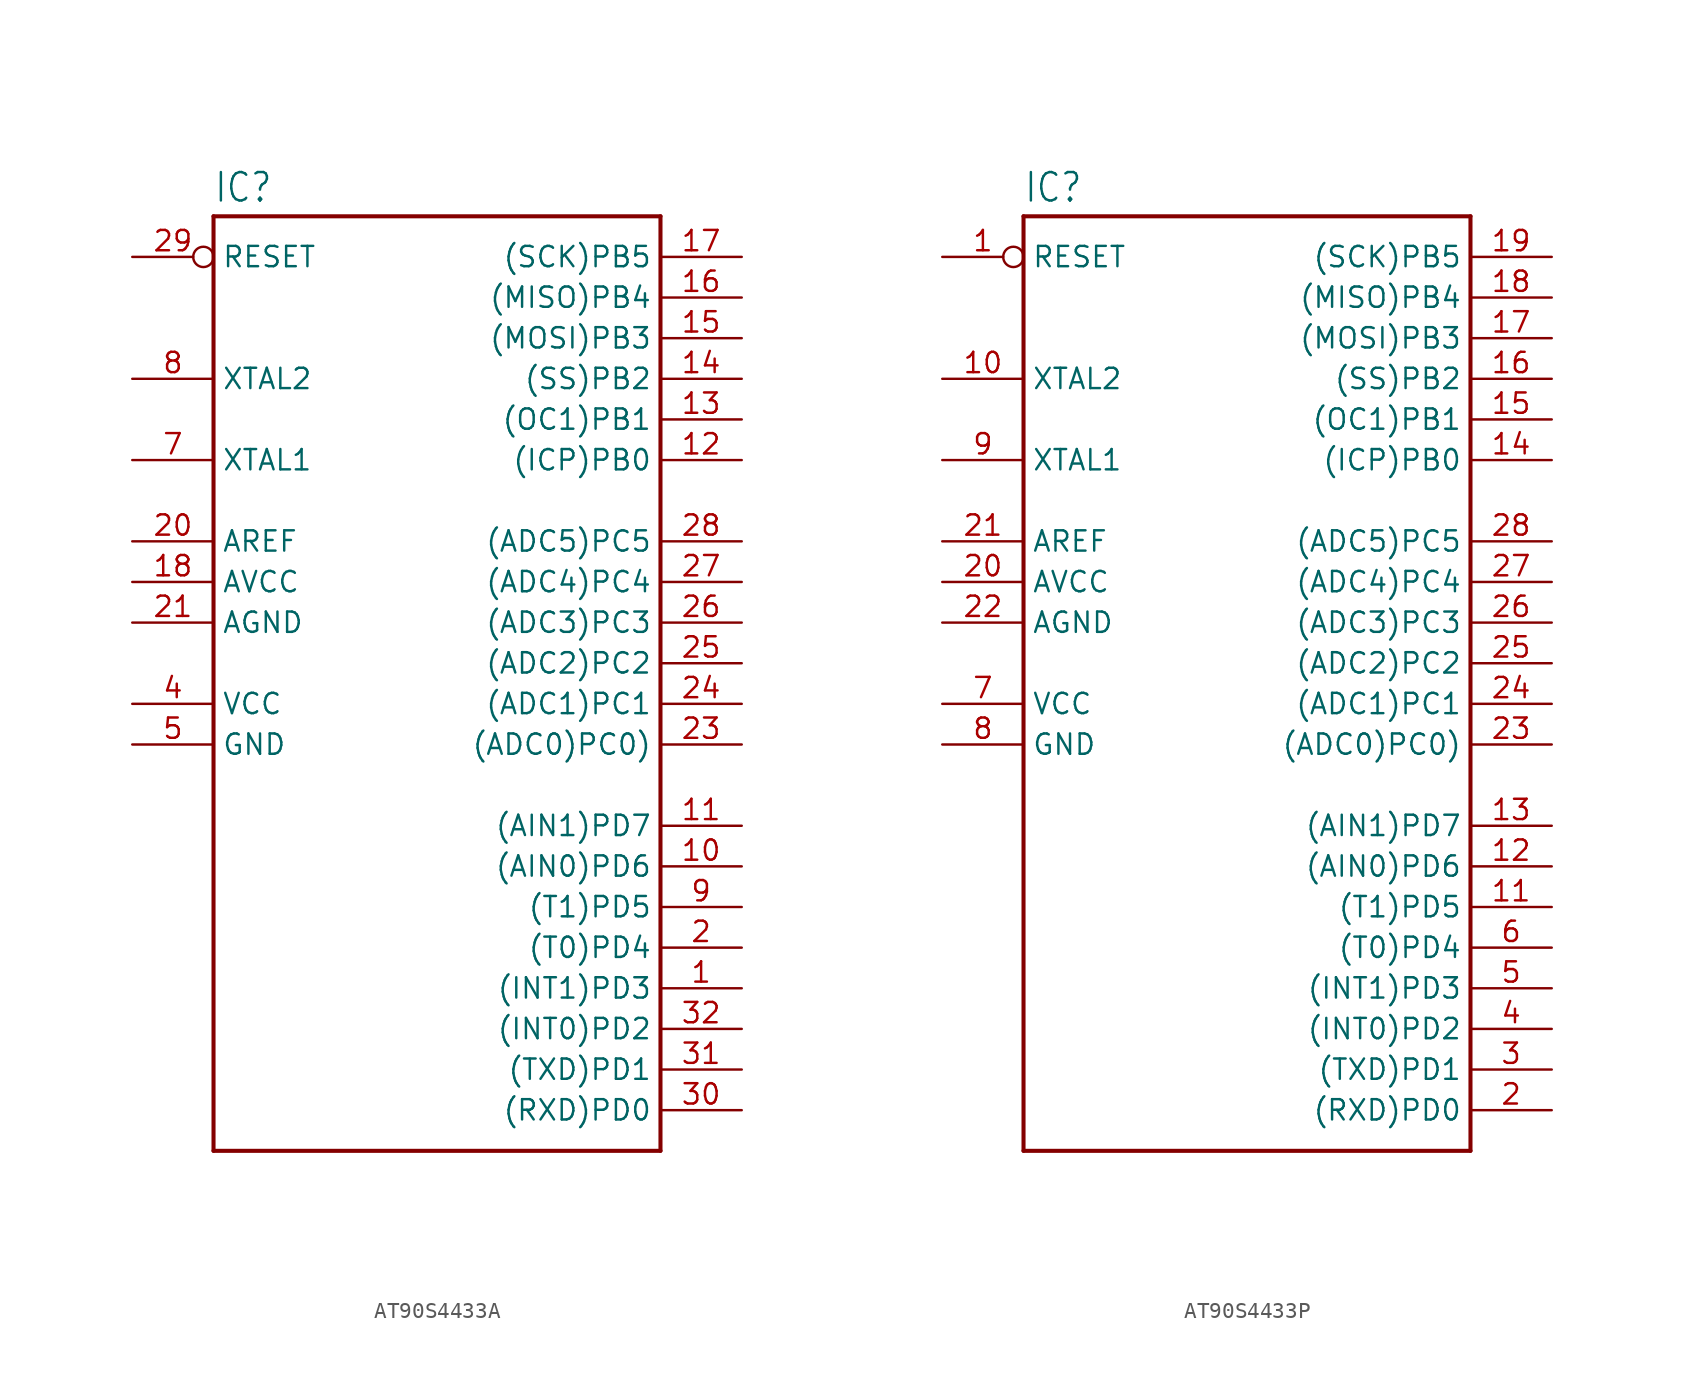
<source format=kicad_sym>
(kicad_symbol_lib
  (version 20220914)
  (generator kicad_symbol_editor)
  (symbol "AT90S4433A"
    (property "Reference" "IC"
      (at -15.24 28.702 0)
      (effects (font (size 1.778 1.511)) (justify left bottom)))
    (property "Value" ""
      (at -15.24 -33.02 0)
      (effects (font (size 1.778 1.511)) (justify left bottom)))
    (property "ki_locked" ""
      (at 0 0 0)
      (effects (font (size 1.27 1.27))))
    (symbol "AT90S4433A_1_0"
      (polyline (pts (xy -15.24 -30.48) (xy -15.24 27.94)) (stroke (width 0.254) (type solid)) (fill (type none)))
      (polyline (pts (xy -15.24 27.94) (xy 12.7 27.94)) (stroke (width 0.254) (type solid)) (fill (type none)))
      (polyline (pts (xy 12.7 -30.48) (xy -15.24 -30.48)) (stroke (width 0.254) (type solid)) (fill (type none)))
      (polyline (pts (xy 12.7 27.94) (xy 12.7 -30.48)) (stroke (width 0.254) (type solid)) (fill (type none)))
      (pin bidirectional line (at 17.78 -20.32 180) (length 5.08) (name "(INT1)PD3" (effects (font (size 1.27 1.27)))) (number "1" (effects (font (size 1.27 1.27)))))
      (pin bidirectional line (at 17.78 -12.7 180) (length 5.08) (name "(AIN0)PD6" (effects (font (size 1.27 1.27)))) (number "10" (effects (font (size 1.27 1.27)))))
      (pin bidirectional line (at 17.78 -10.16 180) (length 5.08) (name "(AIN1)PD7" (effects (font (size 1.27 1.27)))) (number "11" (effects (font (size 1.27 1.27)))))
      (pin bidirectional line (at 17.78 12.7 180) (length 5.08) (name "(ICP)PB0" (effects (font (size 1.27 1.27)))) (number "12" (effects (font (size 1.27 1.27)))))
      (pin bidirectional line (at 17.78 15.24 180) (length 5.08) (name "(OC1)PB1" (effects (font (size 1.27 1.27)))) (number "13" (effects (font (size 1.27 1.27)))))
      (pin bidirectional line (at 17.78 17.78 180) (length 5.08) (name "(SS)PB2" (effects (font (size 1.27 1.27)))) (number "14" (effects (font (size 1.27 1.27)))))
      (pin bidirectional line (at 17.78 20.32 180) (length 5.08) (name "(MOSI)PB3" (effects (font (size 1.27 1.27)))) (number "15" (effects (font (size 1.27 1.27)))))
      (pin bidirectional line (at 17.78 22.86 180) (length 5.08) (name "(MISO)PB4" (effects (font (size 1.27 1.27)))) (number "16" (effects (font (size 1.27 1.27)))))
      (pin bidirectional line (at 17.78 25.4 180) (length 5.08) (name "(SCK)PB5" (effects (font (size 1.27 1.27)))) (number "17" (effects (font (size 1.27 1.27)))))
      (pin power_in line (at -20.32 5.08 0) (length 5.08) (name "AVCC" (effects (font (size 1.27 1.27)))) (number "18" (effects (font (size 1.27 1.27)))))
      (pin bidirectional line (at 17.78 -17.78 180) (length 5.08) (name "(T0)PD4" (effects (font (size 1.27 1.27)))) (number "2" (effects (font (size 1.27 1.27)))))
      (pin power_in line (at -20.32 7.62 0) (length 5.08) (name "AREF" (effects (font (size 1.27 1.27)))) (number "20" (effects (font (size 1.27 1.27)))))
      (pin power_in line (at -20.32 2.54 0) (length 5.08) (name "AGND" (effects (font (size 1.27 1.27)))) (number "21" (effects (font (size 1.27 1.27)))))
      (pin bidirectional line (at 17.78 -5.08 180) (length 5.08) (name "(ADC0)PC0)" (effects (font (size 1.27 1.27)))) (number "23" (effects (font (size 1.27 1.27)))))
      (pin bidirectional line (at 17.78 -2.54 180) (length 5.08) (name "(ADC1)PC1" (effects (font (size 1.27 1.27)))) (number "24" (effects (font (size 1.27 1.27)))))
      (pin bidirectional line (at 17.78 0 180) (length 5.08) (name "(ADC2)PC2" (effects (font (size 1.27 1.27)))) (number "25" (effects (font (size 1.27 1.27)))))
      (pin bidirectional line (at 17.78 2.54 180) (length 5.08) (name "(ADC3)PC3" (effects (font (size 1.27 1.27)))) (number "26" (effects (font (size 1.27 1.27)))))
      (pin bidirectional line (at 17.78 5.08 180) (length 5.08) (name "(ADC4)PC4" (effects (font (size 1.27 1.27)))) (number "27" (effects (font (size 1.27 1.27)))))
      (pin bidirectional line (at 17.78 7.62 180) (length 5.08) (name "(ADC5)PC5" (effects (font (size 1.27 1.27)))) (number "28" (effects (font (size 1.27 1.27)))))
      (pin input inverted (at -20.32 25.4 0) (length 5.08) (name "RESET" (effects (font (size 1.27 1.27)))) (number "29" (effects (font (size 1.27 1.27)))))
      (pin bidirectional line (at 17.78 -27.94 180) (length 5.08) (name "(RXD)PD0" (effects (font (size 1.27 1.27)))) (number "30" (effects (font (size 1.27 1.27)))))
      (pin bidirectional line (at 17.78 -25.4 180) (length 5.08) (name "(TXD)PD1" (effects (font (size 1.27 1.27)))) (number "31" (effects (font (size 1.27 1.27)))))
      (pin bidirectional line (at 17.78 -22.86 180) (length 5.08) (name "(INT0)PD2" (effects (font (size 1.27 1.27)))) (number "32" (effects (font (size 1.27 1.27)))))
      (pin power_in line (at -20.32 -2.54 0) (length 5.08) (name "VCC" (effects (font (size 1.27 1.27)))) (number "4" (effects (font (size 1.27 1.27)))))
      (pin power_in line (at -20.32 -5.08 0) (length 5.08) (name "GND" (effects (font (size 1.27 1.27)))) (number "5" (effects (font (size 1.27 1.27)))))
      (pin bidirectional line (at -20.32 12.7 0) (length 5.08) (name "XTAL1" (effects (font (size 1.27 1.27)))) (number "7" (effects (font (size 1.27 1.27)))))
      (pin bidirectional line (at -20.32 17.78 0) (length 5.08) (name "XTAL2" (effects (font (size 1.27 1.27)))) (number "8" (effects (font (size 1.27 1.27)))))
      (pin bidirectional line (at 17.78 -15.24 180) (length 5.08) (name "(T1)PD5" (effects (font (size 1.27 1.27)))) (number "9" (effects (font (size 1.27 1.27)))))))
  (symbol "AT90S4433P"
    (property "Reference" "IC"
      (at -15.24 28.702 0)
      (effects (font (size 1.778 1.511)) (justify left bottom)))
    (property "Value" ""
      (at -15.24 -33.02 0)
      (effects (font (size 1.778 1.511)) (justify left bottom)))
    (property "ki_locked" ""
      (at 0 0 0)
      (effects (font (size 1.27 1.27))))
    (symbol "AT90S4433P_1_0"
      (polyline (pts (xy -15.24 -30.48) (xy -15.24 27.94)) (stroke (width 0.254) (type solid)) (fill (type none)))
      (polyline (pts (xy -15.24 27.94) (xy 12.7 27.94)) (stroke (width 0.254) (type solid)) (fill (type none)))
      (polyline (pts (xy 12.7 -30.48) (xy -15.24 -30.48)) (stroke (width 0.254) (type solid)) (fill (type none)))
      (polyline (pts (xy 12.7 27.94) (xy 12.7 -30.48)) (stroke (width 0.254) (type solid)) (fill (type none)))
      (pin input inverted (at -20.32 25.4 0) (length 5.08) (name "RESET" (effects (font (size 1.27 1.27)))) (number "1" (effects (font (size 1.27 1.27)))))
      (pin bidirectional line (at -20.32 17.78 0) (length 5.08) (name "XTAL2" (effects (font (size 1.27 1.27)))) (number "10" (effects (font (size 1.27 1.27)))))
      (pin bidirectional line (at 17.78 -15.24 180) (length 5.08) (name "(T1)PD5" (effects (font (size 1.27 1.27)))) (number "11" (effects (font (size 1.27 1.27)))))
      (pin bidirectional line (at 17.78 -12.7 180) (length 5.08) (name "(AIN0)PD6" (effects (font (size 1.27 1.27)))) (number "12" (effects (font (size 1.27 1.27)))))
      (pin bidirectional line (at 17.78 -10.16 180) (length 5.08) (name "(AIN1)PD7" (effects (font (size 1.27 1.27)))) (number "13" (effects (font (size 1.27 1.27)))))
      (pin bidirectional line (at 17.78 12.7 180) (length 5.08) (name "(ICP)PB0" (effects (font (size 1.27 1.27)))) (number "14" (effects (font (size 1.27 1.27)))))
      (pin bidirectional line (at 17.78 15.24 180) (length 5.08) (name "(OC1)PB1" (effects (font (size 1.27 1.27)))) (number "15" (effects (font (size 1.27 1.27)))))
      (pin bidirectional line (at 17.78 17.78 180) (length 5.08) (name "(SS)PB2" (effects (font (size 1.27 1.27)))) (number "16" (effects (font (size 1.27 1.27)))))
      (pin bidirectional line (at 17.78 20.32 180) (length 5.08) (name "(MOSI)PB3" (effects (font (size 1.27 1.27)))) (number "17" (effects (font (size 1.27 1.27)))))
      (pin bidirectional line (at 17.78 22.86 180) (length 5.08) (name "(MISO)PB4" (effects (font (size 1.27 1.27)))) (number "18" (effects (font (size 1.27 1.27)))))
      (pin bidirectional line (at 17.78 25.4 180) (length 5.08) (name "(SCK)PB5" (effects (font (size 1.27 1.27)))) (number "19" (effects (font (size 1.27 1.27)))))
      (pin bidirectional line (at 17.78 -27.94 180) (length 5.08) (name "(RXD)PD0" (effects (font (size 1.27 1.27)))) (number "2" (effects (font (size 1.27 1.27)))))
      (pin power_in line (at -20.32 5.08 0) (length 5.08) (name "AVCC" (effects (font (size 1.27 1.27)))) (number "20" (effects (font (size 1.27 1.27)))))
      (pin power_in line (at -20.32 7.62 0) (length 5.08) (name "AREF" (effects (font (size 1.27 1.27)))) (number "21" (effects (font (size 1.27 1.27)))))
      (pin power_in line (at -20.32 2.54 0) (length 5.08) (name "AGND" (effects (font (size 1.27 1.27)))) (number "22" (effects (font (size 1.27 1.27)))))
      (pin bidirectional line (at 17.78 -5.08 180) (length 5.08) (name "(ADC0)PC0)" (effects (font (size 1.27 1.27)))) (number "23" (effects (font (size 1.27 1.27)))))
      (pin bidirectional line (at 17.78 -2.54 180) (length 5.08) (name "(ADC1)PC1" (effects (font (size 1.27 1.27)))) (number "24" (effects (font (size 1.27 1.27)))))
      (pin bidirectional line (at 17.78 0 180) (length 5.08) (name "(ADC2)PC2" (effects (font (size 1.27 1.27)))) (number "25" (effects (font (size 1.27 1.27)))))
      (pin bidirectional line (at 17.78 2.54 180) (length 5.08) (name "(ADC3)PC3" (effects (font (size 1.27 1.27)))) (number "26" (effects (font (size 1.27 1.27)))))
      (pin bidirectional line (at 17.78 5.08 180) (length 5.08) (name "(ADC4)PC4" (effects (font (size 1.27 1.27)))) (number "27" (effects (font (size 1.27 1.27)))))
      (pin bidirectional line (at 17.78 7.62 180) (length 5.08) (name "(ADC5)PC5" (effects (font (size 1.27 1.27)))) (number "28" (effects (font (size 1.27 1.27)))))
      (pin bidirectional line (at 17.78 -25.4 180) (length 5.08) (name "(TXD)PD1" (effects (font (size 1.27 1.27)))) (number "3" (effects (font (size 1.27 1.27)))))
      (pin bidirectional line (at 17.78 -22.86 180) (length 5.08) (name "(INT0)PD2" (effects (font (size 1.27 1.27)))) (number "4" (effects (font (size 1.27 1.27)))))
      (pin bidirectional line (at 17.78 -20.32 180) (length 5.08) (name "(INT1)PD3" (effects (font (size 1.27 1.27)))) (number "5" (effects (font (size 1.27 1.27)))))
      (pin bidirectional line (at 17.78 -17.78 180) (length 5.08) (name "(T0)PD4" (effects (font (size 1.27 1.27)))) (number "6" (effects (font (size 1.27 1.27)))))
      (pin power_in line (at -20.32 -2.54 0) (length 5.08) (name "VCC" (effects (font (size 1.27 1.27)))) (number "7" (effects (font (size 1.27 1.27)))))
      (pin power_in line (at -20.32 -5.08 0) (length 5.08) (name "GND" (effects (font (size 1.27 1.27)))) (number "8" (effects (font (size 1.27 1.27)))))
      (pin bidirectional line (at -20.32 12.7 0) (length 5.08) (name "XTAL1" (effects (font (size 1.27 1.27)))) (number "9" (effects (font (size 1.27 1.27))))))))
</source>
